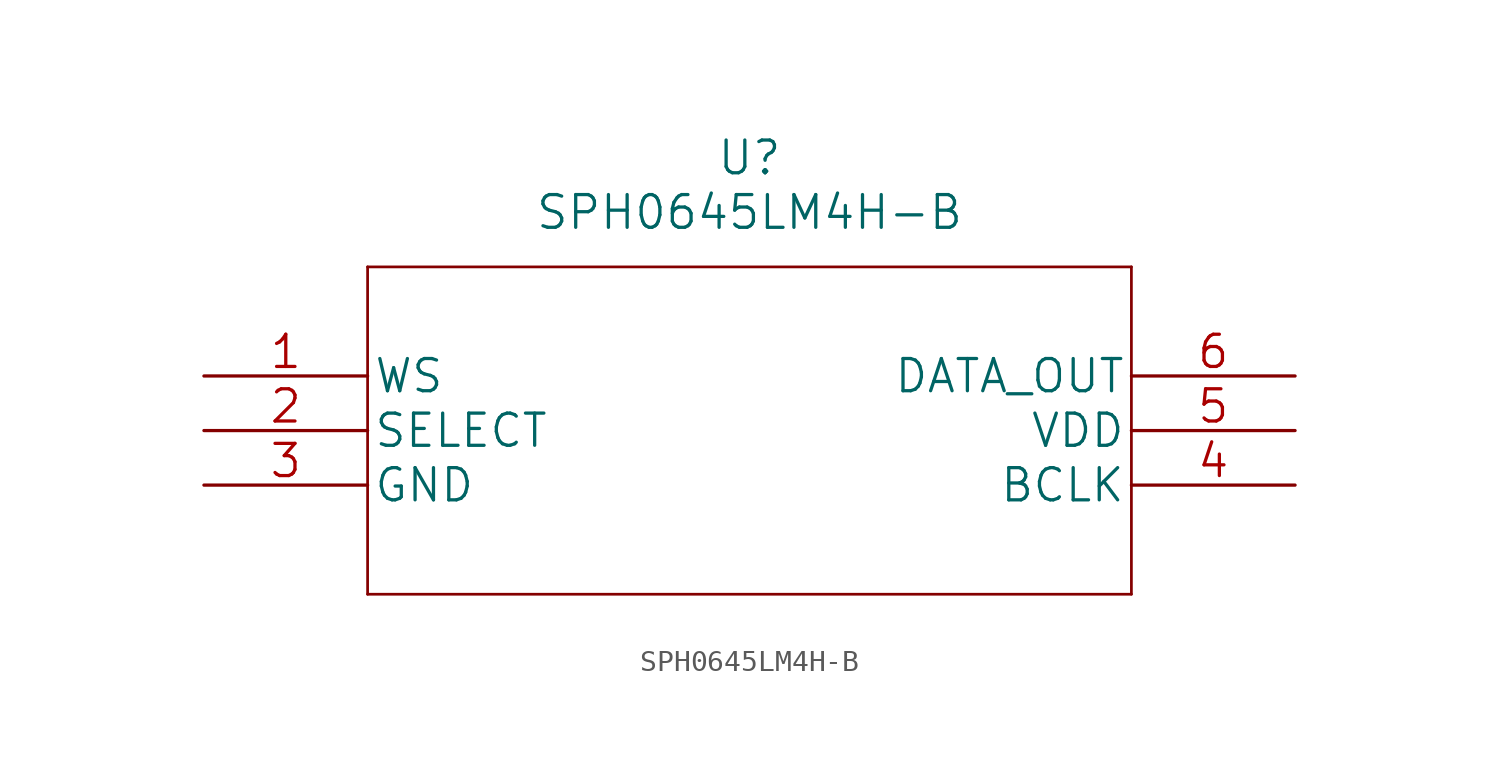
<source format=kicad_sym>
(kicad_symbol_lib
  (version 20220914)
  (generator kicad_symbol_editor)
  (symbol "SPH0645LM4H-B"
    (pin_names
      (offset 0.254))
    (property "Reference" "U"
      (at 25.4 10.16 0)
      (effects (font (size 1.524 1.524))))
    (property "Value" "SPH0645LM4H-B"
      (at 25.4 7.62 0)
      (effects (font (size 1.524 1.524))))
    (property "Datasheet" ""
      (at 0 0 0)
      (effects (font (size 1.524 1.524))))
    (property "ki_locked" ""
      (at 0 0 0)
      (effects (font (size 1.27 1.27))))
    (symbol "SPH0645LM4H-B_1_1"
      (polyline (pts (xy 7.62 -10.16) (xy 43.18 -10.16)) (stroke (width 0.127) (type solid)) (fill (type none)))
      (polyline (pts (xy 7.62 5.08) (xy 7.62 -10.16)) (stroke (width 0.127) (type solid)) (fill (type none)))
      (polyline (pts (xy 43.18 -10.16) (xy 43.18 5.08)) (stroke (width 0.127) (type solid)) (fill (type none)))
      (polyline (pts (xy 43.18 5.08) (xy 7.62 5.08)) (stroke (width 0.127) (type solid)) (fill (type none)))
      (pin input line (at 0 0 0) (length 7.62) (name "WS" (effects (font (size 1.499 1.499)))) (number "1" (effects (font (size 1.499 1.499)))))
      (pin input line (at 0 -2.54 0) (length 7.62) (name "SELECT" (effects (font (size 1.499 1.499)))) (number "2" (effects (font (size 1.499 1.499)))))
      (pin power_in line (at 0 -5.08 0) (length 7.62) (name "GND" (effects (font (size 1.499 1.499)))) (number "3" (effects (font (size 1.499 1.499)))))
      (pin input line (at 50.8 -5.08 180) (length 7.62) (name "BCLK" (effects (font (size 1.499 1.499)))) (number "4" (effects (font (size 1.499 1.499)))))
      (pin power_in line (at 50.8 -2.54 180) (length 7.62) (name "VDD" (effects (font (size 1.499 1.499)))) (number "5" (effects (font (size 1.499 1.499)))))
      (pin output line (at 50.8 0 180) (length 7.62) (name "DATA_OUT" (effects (font (size 1.499 1.499)))) (number "6" (effects (font (size 1.499 1.499))))))))
</source>
